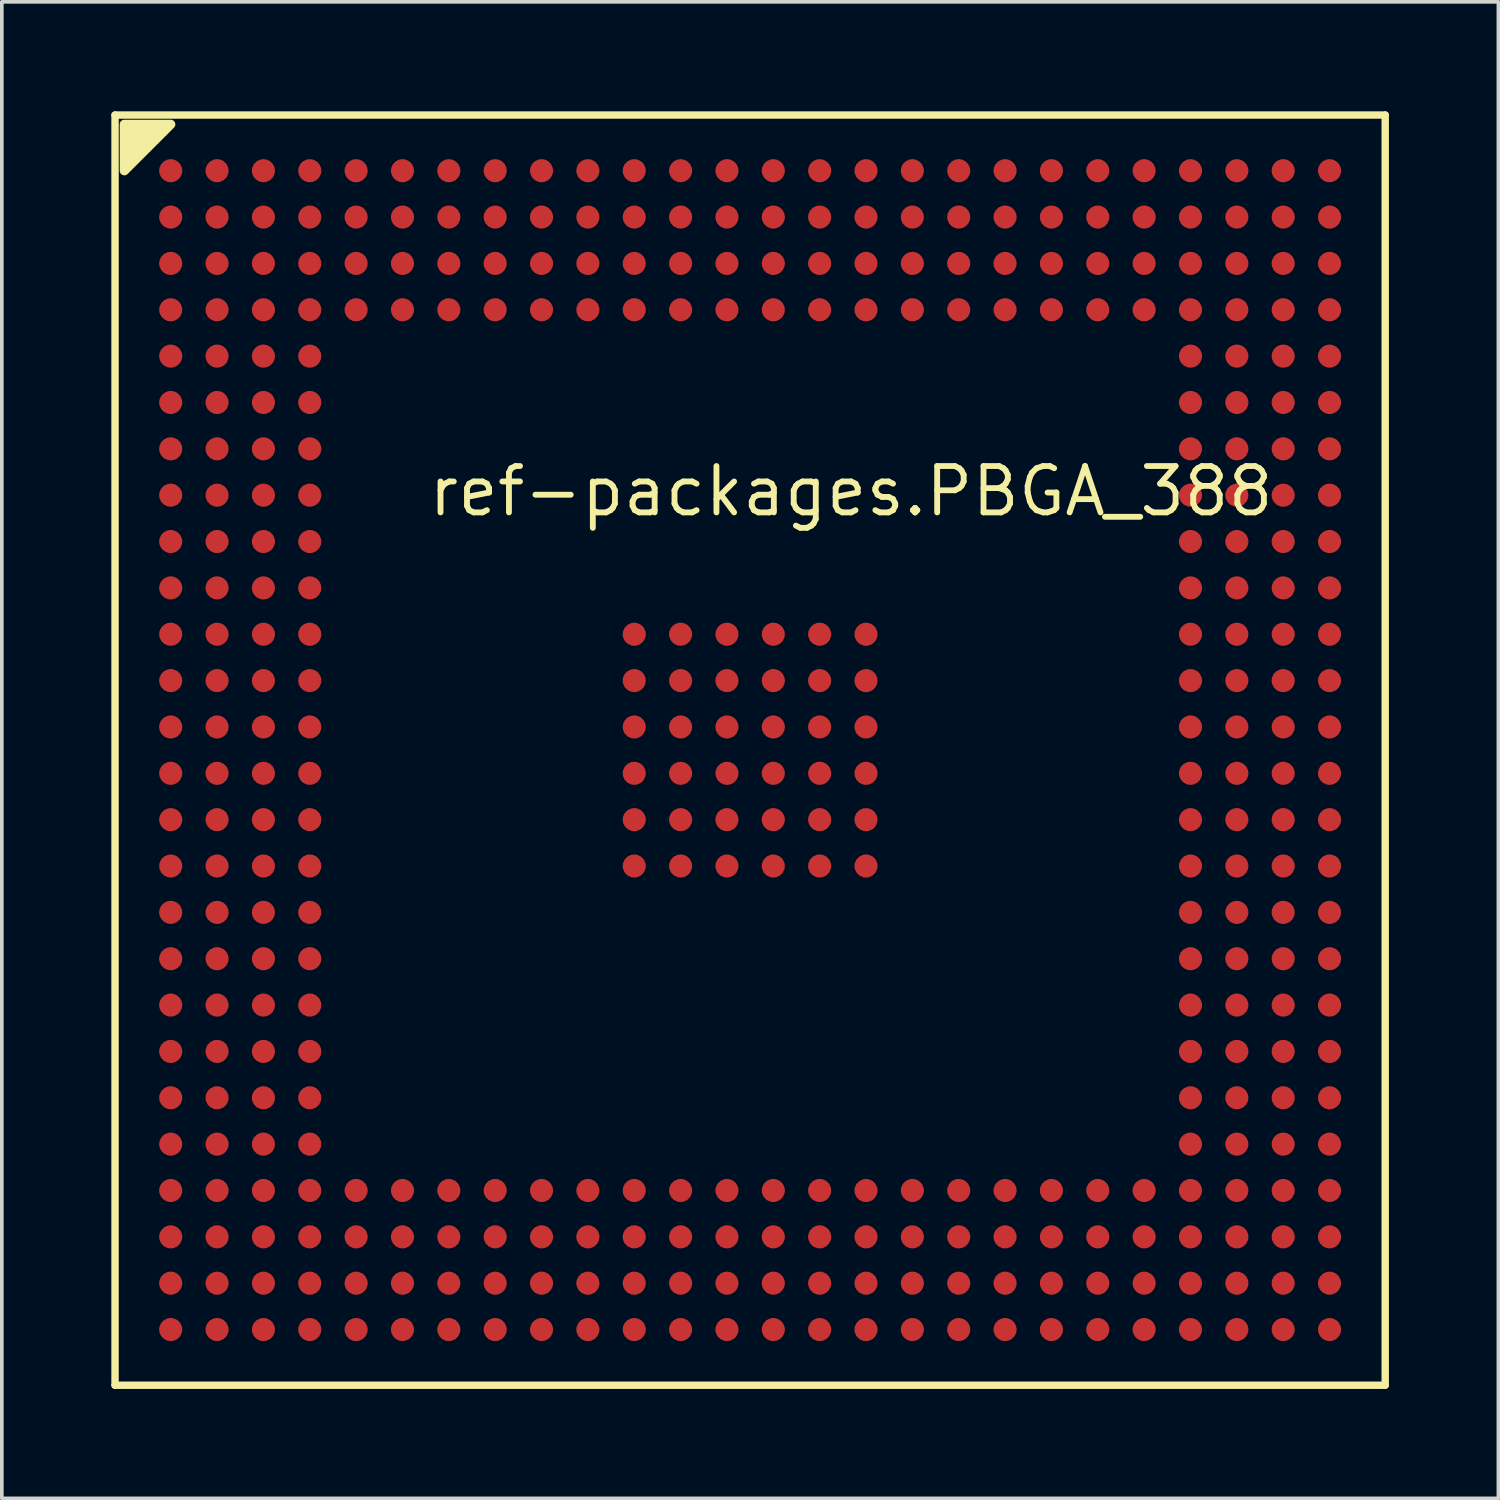
<source format=kicad_pcb>
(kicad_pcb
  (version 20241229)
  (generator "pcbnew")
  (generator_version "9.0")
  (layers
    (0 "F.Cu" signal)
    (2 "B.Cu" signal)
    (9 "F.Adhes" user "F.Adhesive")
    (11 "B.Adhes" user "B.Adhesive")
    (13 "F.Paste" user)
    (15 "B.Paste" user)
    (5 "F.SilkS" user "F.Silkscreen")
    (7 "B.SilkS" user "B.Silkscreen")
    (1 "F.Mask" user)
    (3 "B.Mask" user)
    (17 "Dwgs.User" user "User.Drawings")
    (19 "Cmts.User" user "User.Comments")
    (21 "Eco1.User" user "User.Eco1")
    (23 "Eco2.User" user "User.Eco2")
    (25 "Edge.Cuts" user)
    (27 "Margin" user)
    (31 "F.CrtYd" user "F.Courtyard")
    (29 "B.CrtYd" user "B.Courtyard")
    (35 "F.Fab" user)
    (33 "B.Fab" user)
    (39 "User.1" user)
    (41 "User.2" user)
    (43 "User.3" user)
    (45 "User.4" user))
  (footprint "ref-packages.PBGA_388"
    (layer "F.Cu")
    (at 17.502 17.502)
    (property "Reference" "ref-packages.PBGA_388" (at -8.89 -6.35 0) (layer "F.SilkS") (effects (font (size 1.27 1.27) (thickness 0.16)) (justify left bottom)))
    (attr smd)
    (fp_line (start -17.4 -17.4) (end -17.4 17.4) (stroke (width 0.203) (type default)) (layer "F.SilkS"))
    (fp_line (start -17.4 17.4) (end 17.4 17.4) (stroke (width 0.203) (type default)) (layer "F.SilkS"))
    (fp_line (start 17.4 -17.4) (end -17.4 -17.4) (stroke (width 0.203) (type default)) (layer "F.SilkS"))
    (fp_line (start 17.4 17.4) (end 17.4 -17.4) (stroke (width 0.203) (type default)) (layer "F.SilkS"))
    (fp_poly (pts (xy -17.145 -17.145) (xy -17.145 -15.875) (xy -15.875 -17.145)) (stroke (width 0.254) (type default)) (fill yes) (layer "F.SilkS"))
    (pad "A1" smd roundrect (at -15.875 -15.875) (size 0.635 0.635) (layers "F.Cu" "F.Mask" "F.Paste") (roundrect_rratio 0.5))
    (pad "A2" smd roundrect (at -14.605 -15.875) (size 0.635 0.635) (layers "F.Cu" "F.Mask" "F.Paste") (roundrect_rratio 0.5))
    (pad "A3" smd roundrect (at -13.335 -15.875) (size 0.635 0.635) (layers "F.Cu" "F.Mask" "F.Paste") (roundrect_rratio 0.5))
    (pad "A4" smd roundrect (at -12.065 -15.875) (size 0.635 0.635) (layers "F.Cu" "F.Mask" "F.Paste") (roundrect_rratio 0.5))
    (pad "A5" smd roundrect (at -10.795 -15.875) (size 0.635 0.635) (layers "F.Cu" "F.Mask" "F.Paste") (roundrect_rratio 0.5))
    (pad "A6" smd roundrect (at -9.525 -15.875) (size 0.635 0.635) (layers "F.Cu" "F.Mask" "F.Paste") (roundrect_rratio 0.5))
    (pad "A7" smd roundrect (at -8.255 -15.875) (size 0.635 0.635) (layers "F.Cu" "F.Mask" "F.Paste") (roundrect_rratio 0.5))
    (pad "A8" smd roundrect (at -6.985 -15.875) (size 0.635 0.635) (layers "F.Cu" "F.Mask" "F.Paste") (roundrect_rratio 0.5))
    (pad "A9" smd roundrect (at -5.715 -15.875) (size 0.635 0.635) (layers "F.Cu" "F.Mask" "F.Paste") (roundrect_rratio 0.5))
    (pad "A10" smd roundrect (at -4.445 -15.875) (size 0.635 0.635) (layers "F.Cu" "F.Mask" "F.Paste") (roundrect_rratio 0.5))
    (pad "A11" smd roundrect (at -3.175 -15.875) (size 0.635 0.635) (layers "F.Cu" "F.Mask" "F.Paste") (roundrect_rratio 0.5))
    (pad "A12" smd roundrect (at -1.905 -15.875) (size 0.635 0.635) (layers "F.Cu" "F.Mask" "F.Paste") (roundrect_rratio 0.5))
    (pad "A13" smd roundrect (at -0.635 -15.875) (size 0.635 0.635) (layers "F.Cu" "F.Mask" "F.Paste") (roundrect_rratio 0.5))
    (pad "A14" smd roundrect (at 0.635 -15.875) (size 0.635 0.635) (layers "F.Cu" "F.Mask" "F.Paste") (roundrect_rratio 0.5))
    (pad "A15" smd roundrect (at 1.905 -15.875) (size 0.635 0.635) (layers "F.Cu" "F.Mask" "F.Paste") (roundrect_rratio 0.5))
    (pad "A16" smd roundrect (at 3.175 -15.875) (size 0.635 0.635) (layers "F.Cu" "F.Mask" "F.Paste") (roundrect_rratio 0.5))
    (pad "A17" smd roundrect (at 4.445 -15.875) (size 0.635 0.635) (layers "F.Cu" "F.Mask" "F.Paste") (roundrect_rratio 0.5))
    (pad "A18" smd roundrect (at 5.715 -15.875) (size 0.635 0.635) (layers "F.Cu" "F.Mask" "F.Paste") (roundrect_rratio 0.5))
    (pad "A19" smd roundrect (at 6.985 -15.875) (size 0.635 0.635) (layers "F.Cu" "F.Mask" "F.Paste") (roundrect_rratio 0.5))
    (pad "A20" smd roundrect (at 8.255 -15.875) (size 0.635 0.635) (layers "F.Cu" "F.Mask" "F.Paste") (roundrect_rratio 0.5))
    (pad "A21" smd roundrect (at 9.525 -15.875) (size 0.635 0.635) (layers "F.Cu" "F.Mask" "F.Paste") (roundrect_rratio 0.5))
    (pad "A22" smd roundrect (at 10.795 -15.875) (size 0.635 0.635) (layers "F.Cu" "F.Mask" "F.Paste") (roundrect_rratio 0.5))
    (pad "A23" smd roundrect (at 12.065 -15.875) (size 0.635 0.635) (layers "F.Cu" "F.Mask" "F.Paste") (roundrect_rratio 0.5))
    (pad "A24" smd roundrect (at 13.335 -15.875) (size 0.635 0.635) (layers "F.Cu" "F.Mask" "F.Paste") (roundrect_rratio 0.5))
    (pad "A25" smd roundrect (at 14.605 -15.875) (size 0.635 0.635) (layers "F.Cu" "F.Mask" "F.Paste") (roundrect_rratio 0.5))
    (pad "A26" smd roundrect (at 15.875 -15.875) (size 0.635 0.635) (layers "F.Cu" "F.Mask" "F.Paste") (roundrect_rratio 0.5))
    (pad "AA1" smd roundrect (at -15.875 9.525) (size 0.635 0.635) (layers "F.Cu" "F.Mask" "F.Paste") (roundrect_rratio 0.5))
    (pad "AA2" smd roundrect (at -14.605 9.525) (size 0.635 0.635) (layers "F.Cu" "F.Mask" "F.Paste") (roundrect_rratio 0.5))
    (pad "AA3" smd roundrect (at -13.335 9.525) (size 0.635 0.635) (layers "F.Cu" "F.Mask" "F.Paste") (roundrect_rratio 0.5))
    (pad "AA4" smd roundrect (at -12.065 9.525) (size 0.635 0.635) (layers "F.Cu" "F.Mask" "F.Paste") (roundrect_rratio 0.5))
    (pad "AA23" smd roundrect (at 12.065 9.525) (size 0.635 0.635) (layers "F.Cu" "F.Mask" "F.Paste") (roundrect_rratio 0.5))
    (pad "AA24" smd roundrect (at 13.335 9.525) (size 0.635 0.635) (layers "F.Cu" "F.Mask" "F.Paste") (roundrect_rratio 0.5))
    (pad "AA25" smd roundrect (at 14.605 9.525) (size 0.635 0.635) (layers "F.Cu" "F.Mask" "F.Paste") (roundrect_rratio 0.5))
    (pad "AA26" smd roundrect (at 15.875 9.525) (size 0.635 0.635) (layers "F.Cu" "F.Mask" "F.Paste") (roundrect_rratio 0.5))
    (pad "AB1" smd roundrect (at -15.875 10.795) (size 0.635 0.635) (layers "F.Cu" "F.Mask" "F.Paste") (roundrect_rratio 0.5))
    (pad "AB2" smd roundrect (at -14.605 10.795) (size 0.635 0.635) (layers "F.Cu" "F.Mask" "F.Paste") (roundrect_rratio 0.5))
    (pad "AB3" smd roundrect (at -13.335 10.795) (size 0.635 0.635) (layers "F.Cu" "F.Mask" "F.Paste") (roundrect_rratio 0.5))
    (pad "AB4" smd roundrect (at -12.065 10.795) (size 0.635 0.635) (layers "F.Cu" "F.Mask" "F.Paste") (roundrect_rratio 0.5))
    (pad "AB23" smd roundrect (at 12.065 10.795) (size 0.635 0.635) (layers "F.Cu" "F.Mask" "F.Paste") (roundrect_rratio 0.5))
    (pad "AB24" smd roundrect (at 13.335 10.795) (size 0.635 0.635) (layers "F.Cu" "F.Mask" "F.Paste") (roundrect_rratio 0.5))
    (pad "AB25" smd roundrect (at 14.605 10.795) (size 0.635 0.635) (layers "F.Cu" "F.Mask" "F.Paste") (roundrect_rratio 0.5))
    (pad "AB26" smd roundrect (at 15.875 10.795) (size 0.635 0.635) (layers "F.Cu" "F.Mask" "F.Paste") (roundrect_rratio 0.5))
    (pad "AC1" smd roundrect (at -15.875 12.065) (size 0.635 0.635) (layers "F.Cu" "F.Mask" "F.Paste") (roundrect_rratio 0.5))
    (pad "AC2" smd roundrect (at -14.605 12.065) (size 0.635 0.635) (layers "F.Cu" "F.Mask" "F.Paste") (roundrect_rratio 0.5))
    (pad "AC3" smd roundrect (at -13.335 12.065) (size 0.635 0.635) (layers "F.Cu" "F.Mask" "F.Paste") (roundrect_rratio 0.5))
    (pad "AC4" smd roundrect (at -12.065 12.065) (size 0.635 0.635) (layers "F.Cu" "F.Mask" "F.Paste") (roundrect_rratio 0.5))
    (pad "AC5" smd roundrect (at -10.795 12.065) (size 0.635 0.635) (layers "F.Cu" "F.Mask" "F.Paste") (roundrect_rratio 0.5))
    (pad "AC6" smd roundrect (at -9.525 12.065) (size 0.635 0.635) (layers "F.Cu" "F.Mask" "F.Paste") (roundrect_rratio 0.5))
    (pad "AC7" smd roundrect (at -8.255 12.065) (size 0.635 0.635) (layers "F.Cu" "F.Mask" "F.Paste") (roundrect_rratio 0.5))
    (pad "AC8" smd roundrect (at -6.985 12.065) (size 0.635 0.635) (layers "F.Cu" "F.Mask" "F.Paste") (roundrect_rratio 0.5))
    (pad "AC9" smd roundrect (at -5.715 12.065) (size 0.635 0.635) (layers "F.Cu" "F.Mask" "F.Paste") (roundrect_rratio 0.5))
    (pad "AC10" smd roundrect (at -4.445 12.065) (size 0.635 0.635) (layers "F.Cu" "F.Mask" "F.Paste") (roundrect_rratio 0.5))
    (pad "AC11" smd roundrect (at -3.175 12.065) (size 0.635 0.635) (layers "F.Cu" "F.Mask" "F.Paste") (roundrect_rratio 0.5))
    (pad "AC12" smd roundrect (at -1.905 12.065) (size 0.635 0.635) (layers "F.Cu" "F.Mask" "F.Paste") (roundrect_rratio 0.5))
    (pad "AC13" smd roundrect (at -0.635 12.065) (size 0.635 0.635) (layers "F.Cu" "F.Mask" "F.Paste") (roundrect_rratio 0.5))
    (pad "AC14" smd roundrect (at 0.635 12.065) (size 0.635 0.635) (layers "F.Cu" "F.Mask" "F.Paste") (roundrect_rratio 0.5))
    (pad "AC15" smd roundrect (at 1.905 12.065) (size 0.635 0.635) (layers "F.Cu" "F.Mask" "F.Paste") (roundrect_rratio 0.5))
    (pad "AC16" smd roundrect (at 3.175 12.065) (size 0.635 0.635) (layers "F.Cu" "F.Mask" "F.Paste") (roundrect_rratio 0.5))
    (pad "AC17" smd roundrect (at 4.445 12.065) (size 0.635 0.635) (layers "F.Cu" "F.Mask" "F.Paste") (roundrect_rratio 0.5))
    (pad "AC18" smd roundrect (at 5.715 12.065) (size 0.635 0.635) (layers "F.Cu" "F.Mask" "F.Paste") (roundrect_rratio 0.5))
    (pad "AC19" smd roundrect (at 6.985 12.065) (size 0.635 0.635) (layers "F.Cu" "F.Mask" "F.Paste") (roundrect_rratio 0.5))
    (pad "AC20" smd roundrect (at 8.255 12.065) (size 0.635 0.635) (layers "F.Cu" "F.Mask" "F.Paste") (roundrect_rratio 0.5))
    (pad "AC21" smd roundrect (at 9.525 12.065) (size 0.635 0.635) (layers "F.Cu" "F.Mask" "F.Paste") (roundrect_rratio 0.5))
    (pad "AC22" smd roundrect (at 10.795 12.065) (size 0.635 0.635) (layers "F.Cu" "F.Mask" "F.Paste") (roundrect_rratio 0.5))
    (pad "AC23" smd roundrect (at 12.065 12.065) (size 0.635 0.635) (layers "F.Cu" "F.Mask" "F.Paste") (roundrect_rratio 0.5))
    (pad "AC24" smd roundrect (at 13.335 12.065) (size 0.635 0.635) (layers "F.Cu" "F.Mask" "F.Paste") (roundrect_rratio 0.5))
    (pad "AC25" smd roundrect (at 14.605 12.065) (size 0.635 0.635) (layers "F.Cu" "F.Mask" "F.Paste") (roundrect_rratio 0.5))
    (pad "AC26" smd roundrect (at 15.875 12.065) (size 0.635 0.635) (layers "F.Cu" "F.Mask" "F.Paste") (roundrect_rratio 0.5))
    (pad "AD1" smd roundrect (at -15.875 13.335) (size 0.635 0.635) (layers "F.Cu" "F.Mask" "F.Paste") (roundrect_rratio 0.5))
    (pad "AD2" smd roundrect (at -14.605 13.335) (size 0.635 0.635) (layers "F.Cu" "F.Mask" "F.Paste") (roundrect_rratio 0.5))
    (pad "AD3" smd roundrect (at -13.335 13.335) (size 0.635 0.635) (layers "F.Cu" "F.Mask" "F.Paste") (roundrect_rratio 0.5))
    (pad "AD4" smd roundrect (at -12.065 13.335) (size 0.635 0.635) (layers "F.Cu" "F.Mask" "F.Paste") (roundrect_rratio 0.5))
    (pad "AD5" smd roundrect (at -10.795 13.335) (size 0.635 0.635) (layers "F.Cu" "F.Mask" "F.Paste") (roundrect_rratio 0.5))
    (pad "AD6" smd roundrect (at -9.525 13.335) (size 0.635 0.635) (layers "F.Cu" "F.Mask" "F.Paste") (roundrect_rratio 0.5))
    (pad "AD7" smd roundrect (at -8.255 13.335) (size 0.635 0.635) (layers "F.Cu" "F.Mask" "F.Paste") (roundrect_rratio 0.5))
    (pad "AD8" smd roundrect (at -6.985 13.335) (size 0.635 0.635) (layers "F.Cu" "F.Mask" "F.Paste") (roundrect_rratio 0.5))
    (pad "AD9" smd roundrect (at -5.715 13.335) (size 0.635 0.635) (layers "F.Cu" "F.Mask" "F.Paste") (roundrect_rratio 0.5))
    (pad "AD10" smd roundrect (at -4.445 13.335) (size 0.635 0.635) (layers "F.Cu" "F.Mask" "F.Paste") (roundrect_rratio 0.5))
    (pad "AD11" smd roundrect (at -3.175 13.335) (size 0.635 0.635) (layers "F.Cu" "F.Mask" "F.Paste") (roundrect_rratio 0.5))
    (pad "AD12" smd roundrect (at -1.905 13.335) (size 0.635 0.635) (layers "F.Cu" "F.Mask" "F.Paste") (roundrect_rratio 0.5))
    (pad "AD13" smd roundrect (at -0.635 13.335) (size 0.635 0.635) (layers "F.Cu" "F.Mask" "F.Paste") (roundrect_rratio 0.5))
    (pad "AD14" smd roundrect (at 0.635 13.335) (size 0.635 0.635) (layers "F.Cu" "F.Mask" "F.Paste") (roundrect_rratio 0.5))
    (pad "AD15" smd roundrect (at 1.905 13.335) (size 0.635 0.635) (layers "F.Cu" "F.Mask" "F.Paste") (roundrect_rratio 0.5))
    (pad "AD16" smd roundrect (at 3.175 13.335) (size 0.635 0.635) (layers "F.Cu" "F.Mask" "F.Paste") (roundrect_rratio 0.5))
    (pad "AD17" smd roundrect (at 4.445 13.335) (size 0.635 0.635) (layers "F.Cu" "F.Mask" "F.Paste") (roundrect_rratio 0.5))
    (pad "AD18" smd roundrect (at 5.715 13.335) (size 0.635 0.635) (layers "F.Cu" "F.Mask" "F.Paste") (roundrect_rratio 0.5))
    (pad "AD19" smd roundrect (at 6.985 13.335) (size 0.635 0.635) (layers "F.Cu" "F.Mask" "F.Paste") (roundrect_rratio 0.5))
    (pad "AD20" smd roundrect (at 8.255 13.335) (size 0.635 0.635) (layers "F.Cu" "F.Mask" "F.Paste") (roundrect_rratio 0.5))
    (pad "AD21" smd roundrect (at 9.525 13.335) (size 0.635 0.635) (layers "F.Cu" "F.Mask" "F.Paste") (roundrect_rratio 0.5))
    (pad "AD22" smd roundrect (at 10.795 13.335) (size 0.635 0.635) (layers "F.Cu" "F.Mask" "F.Paste") (roundrect_rratio 0.5))
    (pad "AD23" smd roundrect (at 12.065 13.335) (size 0.635 0.635) (layers "F.Cu" "F.Mask" "F.Paste") (roundrect_rratio 0.5))
    (pad "AD24" smd roundrect (at 13.335 13.335) (size 0.635 0.635) (layers "F.Cu" "F.Mask" "F.Paste") (roundrect_rratio 0.5))
    (pad "AD25" smd roundrect (at 14.605 13.335) (size 0.635 0.635) (layers "F.Cu" "F.Mask" "F.Paste") (roundrect_rratio 0.5))
    (pad "AD26" smd roundrect (at 15.875 13.335) (size 0.635 0.635) (layers "F.Cu" "F.Mask" "F.Paste") (roundrect_rratio 0.5))
    (pad "AE1" smd roundrect (at -15.875 14.605) (size 0.635 0.635) (layers "F.Cu" "F.Mask" "F.Paste") (roundrect_rratio 0.5))
    (pad "AE2" smd roundrect (at -14.605 14.605) (size 0.635 0.635) (layers "F.Cu" "F.Mask" "F.Paste") (roundrect_rratio 0.5))
    (pad "AE3" smd roundrect (at -13.335 14.605) (size 0.635 0.635) (layers "F.Cu" "F.Mask" "F.Paste") (roundrect_rratio 0.5))
    (pad "AE4" smd roundrect (at -12.065 14.605) (size 0.635 0.635) (layers "F.Cu" "F.Mask" "F.Paste") (roundrect_rratio 0.5))
    (pad "AE5" smd roundrect (at -10.795 14.605) (size 0.635 0.635) (layers "F.Cu" "F.Mask" "F.Paste") (roundrect_rratio 0.5))
    (pad "AE6" smd roundrect (at -9.525 14.605) (size 0.635 0.635) (layers "F.Cu" "F.Mask" "F.Paste") (roundrect_rratio 0.5))
    (pad "AE7" smd roundrect (at -8.255 14.605) (size 0.635 0.635) (layers "F.Cu" "F.Mask" "F.Paste") (roundrect_rratio 0.5))
    (pad "AE8" smd roundrect (at -6.985 14.605) (size 0.635 0.635) (layers "F.Cu" "F.Mask" "F.Paste") (roundrect_rratio 0.5))
    (pad "AE9" smd roundrect (at -5.715 14.605) (size 0.635 0.635) (layers "F.Cu" "F.Mask" "F.Paste") (roundrect_rratio 0.5))
    (pad "AE10" smd roundrect (at -4.445 14.605) (size 0.635 0.635) (layers "F.Cu" "F.Mask" "F.Paste") (roundrect_rratio 0.5))
    (pad "AE11" smd roundrect (at -3.175 14.605) (size 0.635 0.635) (layers "F.Cu" "F.Mask" "F.Paste") (roundrect_rratio 0.5))
    (pad "AE12" smd roundrect (at -1.905 14.605) (size 0.635 0.635) (layers "F.Cu" "F.Mask" "F.Paste") (roundrect_rratio 0.5))
    (pad "AE13" smd roundrect (at -0.635 14.605) (size 0.635 0.635) (layers "F.Cu" "F.Mask" "F.Paste") (roundrect_rratio 0.5))
    (pad "AE14" smd roundrect (at 0.635 14.605) (size 0.635 0.635) (layers "F.Cu" "F.Mask" "F.Paste") (roundrect_rratio 0.5))
    (pad "AE15" smd roundrect (at 1.905 14.605) (size 0.635 0.635) (layers "F.Cu" "F.Mask" "F.Paste") (roundrect_rratio 0.5))
    (pad "AE16" smd roundrect (at 3.175 14.605) (size 0.635 0.635) (layers "F.Cu" "F.Mask" "F.Paste") (roundrect_rratio 0.5))
    (pad "AE17" smd roundrect (at 4.445 14.605) (size 0.635 0.635) (layers "F.Cu" "F.Mask" "F.Paste") (roundrect_rratio 0.5))
    (pad "AE18" smd roundrect (at 5.715 14.605) (size 0.635 0.635) (layers "F.Cu" "F.Mask" "F.Paste") (roundrect_rratio 0.5))
    (pad "AE19" smd roundrect (at 6.985 14.605) (size 0.635 0.635) (layers "F.Cu" "F.Mask" "F.Paste") (roundrect_rratio 0.5))
    (pad "AE20" smd roundrect (at 8.255 14.605) (size 0.635 0.635) (layers "F.Cu" "F.Mask" "F.Paste") (roundrect_rratio 0.5))
    (pad "AE21" smd roundrect (at 9.525 14.605) (size 0.635 0.635) (layers "F.Cu" "F.Mask" "F.Paste") (roundrect_rratio 0.5))
    (pad "AE22" smd roundrect (at 10.795 14.605) (size 0.635 0.635) (layers "F.Cu" "F.Mask" "F.Paste") (roundrect_rratio 0.5))
    (pad "AE23" smd roundrect (at 12.065 14.605) (size 0.635 0.635) (layers "F.Cu" "F.Mask" "F.Paste") (roundrect_rratio 0.5))
    (pad "AE24" smd roundrect (at 13.335 14.605) (size 0.635 0.635) (layers "F.Cu" "F.Mask" "F.Paste") (roundrect_rratio 0.5))
    (pad "AE25" smd roundrect (at 14.605 14.605) (size 0.635 0.635) (layers "F.Cu" "F.Mask" "F.Paste") (roundrect_rratio 0.5))
    (pad "AE26" smd roundrect (at 15.875 14.605) (size 0.635 0.635) (layers "F.Cu" "F.Mask" "F.Paste") (roundrect_rratio 0.5))
    (pad "AF1" smd roundrect (at -15.875 15.875) (size 0.635 0.635) (layers "F.Cu" "F.Mask" "F.Paste") (roundrect_rratio 0.5))
    (pad "AF2" smd roundrect (at -14.605 15.875) (size 0.635 0.635) (layers "F.Cu" "F.Mask" "F.Paste") (roundrect_rratio 0.5))
    (pad "AF3" smd roundrect (at -13.335 15.875) (size 0.635 0.635) (layers "F.Cu" "F.Mask" "F.Paste") (roundrect_rratio 0.5))
    (pad "AF4" smd roundrect (at -12.065 15.875) (size 0.635 0.635) (layers "F.Cu" "F.Mask" "F.Paste") (roundrect_rratio 0.5))
    (pad "AF5" smd roundrect (at -10.795 15.875) (size 0.635 0.635) (layers "F.Cu" "F.Mask" "F.Paste") (roundrect_rratio 0.5))
    (pad "AF6" smd roundrect (at -9.525 15.875) (size 0.635 0.635) (layers "F.Cu" "F.Mask" "F.Paste") (roundrect_rratio 0.5))
    (pad "AF7" smd roundrect (at -8.255 15.875) (size 0.635 0.635) (layers "F.Cu" "F.Mask" "F.Paste") (roundrect_rratio 0.5))
    (pad "AF8" smd roundrect (at -6.985 15.875) (size 0.635 0.635) (layers "F.Cu" "F.Mask" "F.Paste") (roundrect_rratio 0.5))
    (pad "AF9" smd roundrect (at -5.715 15.875) (size 0.635 0.635) (layers "F.Cu" "F.Mask" "F.Paste") (roundrect_rratio 0.5))
    (pad "AF10" smd roundrect (at -4.445 15.875) (size 0.635 0.635) (layers "F.Cu" "F.Mask" "F.Paste") (roundrect_rratio 0.5))
    (pad "AF11" smd roundrect (at -3.175 15.875) (size 0.635 0.635) (layers "F.Cu" "F.Mask" "F.Paste") (roundrect_rratio 0.5))
    (pad "AF12" smd roundrect (at -1.905 15.875) (size 0.635 0.635) (layers "F.Cu" "F.Mask" "F.Paste") (roundrect_rratio 0.5))
    (pad "AF13" smd roundrect (at -0.635 15.875) (size 0.635 0.635) (layers "F.Cu" "F.Mask" "F.Paste") (roundrect_rratio 0.5))
    (pad "AF14" smd roundrect (at 0.635 15.875) (size 0.635 0.635) (layers "F.Cu" "F.Mask" "F.Paste") (roundrect_rratio 0.5))
    (pad "AF15" smd roundrect (at 1.905 15.875) (size 0.635 0.635) (layers "F.Cu" "F.Mask" "F.Paste") (roundrect_rratio 0.5))
    (pad "AF16" smd roundrect (at 3.175 15.875) (size 0.635 0.635) (layers "F.Cu" "F.Mask" "F.Paste") (roundrect_rratio 0.5))
    (pad "AF17" smd roundrect (at 4.445 15.875) (size 0.635 0.635) (layers "F.Cu" "F.Mask" "F.Paste") (roundrect_rratio 0.5))
    (pad "AF18" smd roundrect (at 5.715 15.875) (size 0.635 0.635) (layers "F.Cu" "F.Mask" "F.Paste") (roundrect_rratio 0.5))
    (pad "AF19" smd roundrect (at 6.985 15.875) (size 0.635 0.635) (layers "F.Cu" "F.Mask" "F.Paste") (roundrect_rratio 0.5))
    (pad "AF20" smd roundrect (at 8.255 15.875) (size 0.635 0.635) (layers "F.Cu" "F.Mask" "F.Paste") (roundrect_rratio 0.5))
    (pad "AF21" smd roundrect (at 9.525 15.875) (size 0.635 0.635) (layers "F.Cu" "F.Mask" "F.Paste") (roundrect_rratio 0.5))
    (pad "AF22" smd roundrect (at 10.795 15.875) (size 0.635 0.635) (layers "F.Cu" "F.Mask" "F.Paste") (roundrect_rratio 0.5))
    (pad "AF23" smd roundrect (at 12.065 15.875) (size 0.635 0.635) (layers "F.Cu" "F.Mask" "F.Paste") (roundrect_rratio 0.5))
    (pad "AF24" smd roundrect (at 13.335 15.875) (size 0.635 0.635) (layers "F.Cu" "F.Mask" "F.Paste") (roundrect_rratio 0.5))
    (pad "AF25" smd roundrect (at 14.605 15.875) (size 0.635 0.635) (layers "F.Cu" "F.Mask" "F.Paste") (roundrect_rratio 0.5))
    (pad "AF26" smd roundrect (at 15.875 15.875) (size 0.635 0.635) (layers "F.Cu" "F.Mask" "F.Paste") (roundrect_rratio 0.5))
    (pad "B1" smd roundrect (at -15.875 -14.605) (size 0.635 0.635) (layers "F.Cu" "F.Mask" "F.Paste") (roundrect_rratio 0.5))
    (pad "B2" smd roundrect (at -14.605 -14.605) (size 0.635 0.635) (layers "F.Cu" "F.Mask" "F.Paste") (roundrect_rratio 0.5))
    (pad "B3" smd roundrect (at -13.335 -14.605) (size 0.635 0.635) (layers "F.Cu" "F.Mask" "F.Paste") (roundrect_rratio 0.5))
    (pad "B4" smd roundrect (at -12.065 -14.605) (size 0.635 0.635) (layers "F.Cu" "F.Mask" "F.Paste") (roundrect_rratio 0.5))
    (pad "B5" smd roundrect (at -10.795 -14.605) (size 0.635 0.635) (layers "F.Cu" "F.Mask" "F.Paste") (roundrect_rratio 0.5))
    (pad "B6" smd roundrect (at -9.525 -14.605) (size 0.635 0.635) (layers "F.Cu" "F.Mask" "F.Paste") (roundrect_rratio 0.5))
    (pad "B7" smd roundrect (at -8.255 -14.605) (size 0.635 0.635) (layers "F.Cu" "F.Mask" "F.Paste") (roundrect_rratio 0.5))
    (pad "B8" smd roundrect (at -6.985 -14.605) (size 0.635 0.635) (layers "F.Cu" "F.Mask" "F.Paste") (roundrect_rratio 0.5))
    (pad "B9" smd roundrect (at -5.715 -14.605) (size 0.635 0.635) (layers "F.Cu" "F.Mask" "F.Paste") (roundrect_rratio 0.5))
    (pad "B10" smd roundrect (at -4.445 -14.605) (size 0.635 0.635) (layers "F.Cu" "F.Mask" "F.Paste") (roundrect_rratio 0.5))
    (pad "B11" smd roundrect (at -3.175 -14.605) (size 0.635 0.635) (layers "F.Cu" "F.Mask" "F.Paste") (roundrect_rratio 0.5))
    (pad "B12" smd roundrect (at -1.905 -14.605) (size 0.635 0.635) (layers "F.Cu" "F.Mask" "F.Paste") (roundrect_rratio 0.5))
    (pad "B13" smd roundrect (at -0.635 -14.605) (size 0.635 0.635) (layers "F.Cu" "F.Mask" "F.Paste") (roundrect_rratio 0.5))
    (pad "B14" smd roundrect (at 0.635 -14.605) (size 0.635 0.635) (layers "F.Cu" "F.Mask" "F.Paste") (roundrect_rratio 0.5))
    (pad "B15" smd roundrect (at 1.905 -14.605) (size 0.635 0.635) (layers "F.Cu" "F.Mask" "F.Paste") (roundrect_rratio 0.5))
    (pad "B16" smd roundrect (at 3.175 -14.605) (size 0.635 0.635) (layers "F.Cu" "F.Mask" "F.Paste") (roundrect_rratio 0.5))
    (pad "B17" smd roundrect (at 4.445 -14.605) (size 0.635 0.635) (layers "F.Cu" "F.Mask" "F.Paste") (roundrect_rratio 0.5))
    (pad "B18" smd roundrect (at 5.715 -14.605) (size 0.635 0.635) (layers "F.Cu" "F.Mask" "F.Paste") (roundrect_rratio 0.5))
    (pad "B19" smd roundrect (at 6.985 -14.605) (size 0.635 0.635) (layers "F.Cu" "F.Mask" "F.Paste") (roundrect_rratio 0.5))
    (pad "B20" smd roundrect (at 8.255 -14.605) (size 0.635 0.635) (layers "F.Cu" "F.Mask" "F.Paste") (roundrect_rratio 0.5))
    (pad "B21" smd roundrect (at 9.525 -14.605) (size 0.635 0.635) (layers "F.Cu" "F.Mask" "F.Paste") (roundrect_rratio 0.5))
    (pad "B22" smd roundrect (at 10.795 -14.605) (size 0.635 0.635) (layers "F.Cu" "F.Mask" "F.Paste") (roundrect_rratio 0.5))
    (pad "B23" smd roundrect (at 12.065 -14.605) (size 0.635 0.635) (layers "F.Cu" "F.Mask" "F.Paste") (roundrect_rratio 0.5))
    (pad "B24" smd roundrect (at 13.335 -14.605) (size 0.635 0.635) (layers "F.Cu" "F.Mask" "F.Paste") (roundrect_rratio 0.5))
    (pad "B25" smd roundrect (at 14.605 -14.605) (size 0.635 0.635) (layers "F.Cu" "F.Mask" "F.Paste") (roundrect_rratio 0.5))
    (pad "B26" smd roundrect (at 15.875 -14.605) (size 0.635 0.635) (layers "F.Cu" "F.Mask" "F.Paste") (roundrect_rratio 0.5))
    (pad "C1" smd roundrect (at -15.875 -13.335) (size 0.635 0.635) (layers "F.Cu" "F.Mask" "F.Paste") (roundrect_rratio 0.5))
    (pad "C2" smd roundrect (at -14.605 -13.335) (size 0.635 0.635) (layers "F.Cu" "F.Mask" "F.Paste") (roundrect_rratio 0.5))
    (pad "C3" smd roundrect (at -13.335 -13.335) (size 0.635 0.635) (layers "F.Cu" "F.Mask" "F.Paste") (roundrect_rratio 0.5))
    (pad "C4" smd roundrect (at -12.065 -13.335) (size 0.635 0.635) (layers "F.Cu" "F.Mask" "F.Paste") (roundrect_rratio 0.5))
    (pad "C5" smd roundrect (at -10.795 -13.335) (size 0.635 0.635) (layers "F.Cu" "F.Mask" "F.Paste") (roundrect_rratio 0.5))
    (pad "C6" smd roundrect (at -9.525 -13.335) (size 0.635 0.635) (layers "F.Cu" "F.Mask" "F.Paste") (roundrect_rratio 0.5))
    (pad "C7" smd roundrect (at -8.255 -13.335) (size 0.635 0.635) (layers "F.Cu" "F.Mask" "F.Paste") (roundrect_rratio 0.5))
    (pad "C8" smd roundrect (at -6.985 -13.335) (size 0.635 0.635) (layers "F.Cu" "F.Mask" "F.Paste") (roundrect_rratio 0.5))
    (pad "C9" smd roundrect (at -5.715 -13.335) (size 0.635 0.635) (layers "F.Cu" "F.Mask" "F.Paste") (roundrect_rratio 0.5))
    (pad "C10" smd roundrect (at -4.445 -13.335) (size 0.635 0.635) (layers "F.Cu" "F.Mask" "F.Paste") (roundrect_rratio 0.5))
    (pad "C11" smd roundrect (at -3.175 -13.335) (size 0.635 0.635) (layers "F.Cu" "F.Mask" "F.Paste") (roundrect_rratio 0.5))
    (pad "C12" smd roundrect (at -1.905 -13.335) (size 0.635 0.635) (layers "F.Cu" "F.Mask" "F.Paste") (roundrect_rratio 0.5))
    (pad "C13" smd roundrect (at -0.635 -13.335) (size 0.635 0.635) (layers "F.Cu" "F.Mask" "F.Paste") (roundrect_rratio 0.5))
    (pad "C14" smd roundrect (at 0.635 -13.335) (size 0.635 0.635) (layers "F.Cu" "F.Mask" "F.Paste") (roundrect_rratio 0.5))
    (pad "C15" smd roundrect (at 1.905 -13.335) (size 0.635 0.635) (layers "F.Cu" "F.Mask" "F.Paste") (roundrect_rratio 0.5))
    (pad "C16" smd roundrect (at 3.175 -13.335) (size 0.635 0.635) (layers "F.Cu" "F.Mask" "F.Paste") (roundrect_rratio 0.5))
    (pad "C17" smd roundrect (at 4.445 -13.335) (size 0.635 0.635) (layers "F.Cu" "F.Mask" "F.Paste") (roundrect_rratio 0.5))
    (pad "C18" smd roundrect (at 5.715 -13.335) (size 0.635 0.635) (layers "F.Cu" "F.Mask" "F.Paste") (roundrect_rratio 0.5))
    (pad "C19" smd roundrect (at 6.985 -13.335) (size 0.635 0.635) (layers "F.Cu" "F.Mask" "F.Paste") (roundrect_rratio 0.5))
    (pad "C20" smd roundrect (at 8.255 -13.335) (size 0.635 0.635) (layers "F.Cu" "F.Mask" "F.Paste") (roundrect_rratio 0.5))
    (pad "C21" smd roundrect (at 9.525 -13.335) (size 0.635 0.635) (layers "F.Cu" "F.Mask" "F.Paste") (roundrect_rratio 0.5))
    (pad "C22" smd roundrect (at 10.795 -13.335) (size 0.635 0.635) (layers "F.Cu" "F.Mask" "F.Paste") (roundrect_rratio 0.5))
    (pad "C23" smd roundrect (at 12.065 -13.335) (size 0.635 0.635) (layers "F.Cu" "F.Mask" "F.Paste") (roundrect_rratio 0.5))
    (pad "C24" smd roundrect (at 13.335 -13.335) (size 0.635 0.635) (layers "F.Cu" "F.Mask" "F.Paste") (roundrect_rratio 0.5))
    (pad "C25" smd roundrect (at 14.605 -13.335) (size 0.635 0.635) (layers "F.Cu" "F.Mask" "F.Paste") (roundrect_rratio 0.5))
    (pad "C26" smd roundrect (at 15.875 -13.335) (size 0.635 0.635) (layers "F.Cu" "F.Mask" "F.Paste") (roundrect_rratio 0.5))
    (pad "D1" smd roundrect (at -15.875 -12.065) (size 0.635 0.635) (layers "F.Cu" "F.Mask" "F.Paste") (roundrect_rratio 0.5))
    (pad "D2" smd roundrect (at -14.605 -12.065) (size 0.635 0.635) (layers "F.Cu" "F.Mask" "F.Paste") (roundrect_rratio 0.5))
    (pad "D3" smd roundrect (at -13.335 -12.065) (size 0.635 0.635) (layers "F.Cu" "F.Mask" "F.Paste") (roundrect_rratio 0.5))
    (pad "D4" smd roundrect (at -12.065 -12.065) (size 0.635 0.635) (layers "F.Cu" "F.Mask" "F.Paste") (roundrect_rratio 0.5))
    (pad "D5" smd roundrect (at -10.795 -12.065) (size 0.635 0.635) (layers "F.Cu" "F.Mask" "F.Paste") (roundrect_rratio 0.5))
    (pad "D6" smd roundrect (at -9.525 -12.065) (size 0.635 0.635) (layers "F.Cu" "F.Mask" "F.Paste") (roundrect_rratio 0.5))
    (pad "D7" smd roundrect (at -8.255 -12.065) (size 0.635 0.635) (layers "F.Cu" "F.Mask" "F.Paste") (roundrect_rratio 0.5))
    (pad "D8" smd roundrect (at -6.985 -12.065) (size 0.635 0.635) (layers "F.Cu" "F.Mask" "F.Paste") (roundrect_rratio 0.5))
    (pad "D9" smd roundrect (at -5.715 -12.065) (size 0.635 0.635) (layers "F.Cu" "F.Mask" "F.Paste") (roundrect_rratio 0.5))
    (pad "D10" smd roundrect (at -4.445 -12.065) (size 0.635 0.635) (layers "F.Cu" "F.Mask" "F.Paste") (roundrect_rratio 0.5))
    (pad "D11" smd roundrect (at -3.175 -12.065) (size 0.635 0.635) (layers "F.Cu" "F.Mask" "F.Paste") (roundrect_rratio 0.5))
    (pad "D12" smd roundrect (at -1.905 -12.065) (size 0.635 0.635) (layers "F.Cu" "F.Mask" "F.Paste") (roundrect_rratio 0.5))
    (pad "D13" smd roundrect (at -0.635 -12.065) (size 0.635 0.635) (layers "F.Cu" "F.Mask" "F.Paste") (roundrect_rratio 0.5))
    (pad "D14" smd roundrect (at 0.635 -12.065) (size 0.635 0.635) (layers "F.Cu" "F.Mask" "F.Paste") (roundrect_rratio 0.5))
    (pad "D15" smd roundrect (at 1.905 -12.065) (size 0.635 0.635) (layers "F.Cu" "F.Mask" "F.Paste") (roundrect_rratio 0.5))
    (pad "D16" smd roundrect (at 3.175 -12.065) (size 0.635 0.635) (layers "F.Cu" "F.Mask" "F.Paste") (roundrect_rratio 0.5))
    (pad "D17" smd roundrect (at 4.445 -12.065) (size 0.635 0.635) (layers "F.Cu" "F.Mask" "F.Paste") (roundrect_rratio 0.5))
    (pad "D18" smd roundrect (at 5.715 -12.065) (size 0.635 0.635) (layers "F.Cu" "F.Mask" "F.Paste") (roundrect_rratio 0.5))
    (pad "D19" smd roundrect (at 6.985 -12.065) (size 0.635 0.635) (layers "F.Cu" "F.Mask" "F.Paste") (roundrect_rratio 0.5))
    (pad "D20" smd roundrect (at 8.255 -12.065) (size 0.635 0.635) (layers "F.Cu" "F.Mask" "F.Paste") (roundrect_rratio 0.5))
    (pad "D21" smd roundrect (at 9.525 -12.065) (size 0.635 0.635) (layers "F.Cu" "F.Mask" "F.Paste") (roundrect_rratio 0.5))
    (pad "D22" smd roundrect (at 10.795 -12.065) (size 0.635 0.635) (layers "F.Cu" "F.Mask" "F.Paste") (roundrect_rratio 0.5))
    (pad "D23" smd roundrect (at 12.065 -12.065) (size 0.635 0.635) (layers "F.Cu" "F.Mask" "F.Paste") (roundrect_rratio 0.5))
    (pad "D24" smd roundrect (at 13.335 -12.065) (size 0.635 0.635) (layers "F.Cu" "F.Mask" "F.Paste") (roundrect_rratio 0.5))
    (pad "D25" smd roundrect (at 14.605 -12.065) (size 0.635 0.635) (layers "F.Cu" "F.Mask" "F.Paste") (roundrect_rratio 0.5))
    (pad "D26" smd roundrect (at 15.875 -12.065) (size 0.635 0.635) (layers "F.Cu" "F.Mask" "F.Paste") (roundrect_rratio 0.5))
    (pad "E1" smd roundrect (at -15.875 -10.795) (size 0.635 0.635) (layers "F.Cu" "F.Mask" "F.Paste") (roundrect_rratio 0.5))
    (pad "E2" smd roundrect (at -14.605 -10.795) (size 0.635 0.635) (layers "F.Cu" "F.Mask" "F.Paste") (roundrect_rratio 0.5))
    (pad "E3" smd roundrect (at -13.335 -10.795) (size 0.635 0.635) (layers "F.Cu" "F.Mask" "F.Paste") (roundrect_rratio 0.5))
    (pad "E4" smd roundrect (at -12.065 -10.795) (size 0.635 0.635) (layers "F.Cu" "F.Mask" "F.Paste") (roundrect_rratio 0.5))
    (pad "E23" smd roundrect (at 12.065 -10.795) (size 0.635 0.635) (layers "F.Cu" "F.Mask" "F.Paste") (roundrect_rratio 0.5))
    (pad "E24" smd roundrect (at 13.335 -10.795) (size 0.635 0.635) (layers "F.Cu" "F.Mask" "F.Paste") (roundrect_rratio 0.5))
    (pad "E25" smd roundrect (at 14.605 -10.795) (size 0.635 0.635) (layers "F.Cu" "F.Mask" "F.Paste") (roundrect_rratio 0.5))
    (pad "E26" smd roundrect (at 15.875 -10.795) (size 0.635 0.635) (layers "F.Cu" "F.Mask" "F.Paste") (roundrect_rratio 0.5))
    (pad "F1" smd roundrect (at -15.875 -9.525) (size 0.635 0.635) (layers "F.Cu" "F.Mask" "F.Paste") (roundrect_rratio 0.5))
    (pad "F2" smd roundrect (at -14.605 -9.525) (size 0.635 0.635) (layers "F.Cu" "F.Mask" "F.Paste") (roundrect_rratio 0.5))
    (pad "F3" smd roundrect (at -13.335 -9.525) (size 0.635 0.635) (layers "F.Cu" "F.Mask" "F.Paste") (roundrect_rratio 0.5))
    (pad "F4" smd roundrect (at -12.065 -9.525) (size 0.635 0.635) (layers "F.Cu" "F.Mask" "F.Paste") (roundrect_rratio 0.5))
    (pad "F23" smd roundrect (at 12.065 -9.525) (size 0.635 0.635) (layers "F.Cu" "F.Mask" "F.Paste") (roundrect_rratio 0.5))
    (pad "F24" smd roundrect (at 13.335 -9.525) (size 0.635 0.635) (layers "F.Cu" "F.Mask" "F.Paste") (roundrect_rratio 0.5))
    (pad "F25" smd roundrect (at 14.605 -9.525) (size 0.635 0.635) (layers "F.Cu" "F.Mask" "F.Paste") (roundrect_rratio 0.5))
    (pad "F26" smd roundrect (at 15.875 -9.525) (size 0.635 0.635) (layers "F.Cu" "F.Mask" "F.Paste") (roundrect_rratio 0.5))
    (pad "G1" smd roundrect (at -15.875 -8.255) (size 0.635 0.635) (layers "F.Cu" "F.Mask" "F.Paste") (roundrect_rratio 0.5))
    (pad "G2" smd roundrect (at -14.605 -8.255) (size 0.635 0.635) (layers "F.Cu" "F.Mask" "F.Paste") (roundrect_rratio 0.5))
    (pad "G3" smd roundrect (at -13.335 -8.255) (size 0.635 0.635) (layers "F.Cu" "F.Mask" "F.Paste") (roundrect_rratio 0.5))
    (pad "G4" smd roundrect (at -12.065 -8.255) (size 0.635 0.635) (layers "F.Cu" "F.Mask" "F.Paste") (roundrect_rratio 0.5))
    (pad "G23" smd roundrect (at 12.065 -8.255) (size 0.635 0.635) (layers "F.Cu" "F.Mask" "F.Paste") (roundrect_rratio 0.5))
    (pad "G24" smd roundrect (at 13.335 -8.255) (size 0.635 0.635) (layers "F.Cu" "F.Mask" "F.Paste") (roundrect_rratio 0.5))
    (pad "G25" smd roundrect (at 14.605 -8.255) (size 0.635 0.635) (layers "F.Cu" "F.Mask" "F.Paste") (roundrect_rratio 0.5))
    (pad "G26" smd roundrect (at 15.875 -8.255) (size 0.635 0.635) (layers "F.Cu" "F.Mask" "F.Paste") (roundrect_rratio 0.5))
    (pad "H1" smd roundrect (at -15.875 -6.985) (size 0.635 0.635) (layers "F.Cu" "F.Mask" "F.Paste") (roundrect_rratio 0.5))
    (pad "H2" smd roundrect (at -14.605 -6.985) (size 0.635 0.635) (layers "F.Cu" "F.Mask" "F.Paste") (roundrect_rratio 0.5))
    (pad "H3" smd roundrect (at -13.335 -6.985) (size 0.635 0.635) (layers "F.Cu" "F.Mask" "F.Paste") (roundrect_rratio 0.5))
    (pad "H4" smd roundrect (at -12.065 -6.985) (size 0.635 0.635) (layers "F.Cu" "F.Mask" "F.Paste") (roundrect_rratio 0.5))
    (pad "H23" smd roundrect (at 12.065 -6.985) (size 0.635 0.635) (layers "F.Cu" "F.Mask" "F.Paste") (roundrect_rratio 0.5))
    (pad "H24" smd roundrect (at 13.335 -6.985) (size 0.635 0.635) (layers "F.Cu" "F.Mask" "F.Paste") (roundrect_rratio 0.5))
    (pad "H25" smd roundrect (at 14.605 -6.985) (size 0.635 0.635) (layers "F.Cu" "F.Mask" "F.Paste") (roundrect_rratio 0.5))
    (pad "H26" smd roundrect (at 15.875 -6.985) (size 0.635 0.635) (layers "F.Cu" "F.Mask" "F.Paste") (roundrect_rratio 0.5))
    (pad "J1" smd roundrect (at -15.875 -5.715) (size 0.635 0.635) (layers "F.Cu" "F.Mask" "F.Paste") (roundrect_rratio 0.5))
    (pad "J2" smd roundrect (at -14.605 -5.715) (size 0.635 0.635) (layers "F.Cu" "F.Mask" "F.Paste") (roundrect_rratio 0.5))
    (pad "J3" smd roundrect (at -13.335 -5.715) (size 0.635 0.635) (layers "F.Cu" "F.Mask" "F.Paste") (roundrect_rratio 0.5))
    (pad "J4" smd roundrect (at -12.065 -5.715) (size 0.635 0.635) (layers "F.Cu" "F.Mask" "F.Paste") (roundrect_rratio 0.5))
    (pad "J23" smd roundrect (at 12.065 -5.715) (size 0.635 0.635) (layers "F.Cu" "F.Mask" "F.Paste") (roundrect_rratio 0.5))
    (pad "J24" smd roundrect (at 13.335 -5.715) (size 0.635 0.635) (layers "F.Cu" "F.Mask" "F.Paste") (roundrect_rratio 0.5))
    (pad "J25" smd roundrect (at 14.605 -5.715) (size 0.635 0.635) (layers "F.Cu" "F.Mask" "F.Paste") (roundrect_rratio 0.5))
    (pad "J26" smd roundrect (at 15.875 -5.715) (size 0.635 0.635) (layers "F.Cu" "F.Mask" "F.Paste") (roundrect_rratio 0.5))
    (pad "K1" smd roundrect (at -15.875 -4.445) (size 0.635 0.635) (layers "F.Cu" "F.Mask" "F.Paste") (roundrect_rratio 0.5))
    (pad "K2" smd roundrect (at -14.605 -4.445) (size 0.635 0.635) (layers "F.Cu" "F.Mask" "F.Paste") (roundrect_rratio 0.5))
    (pad "K3" smd roundrect (at -13.335 -4.445) (size 0.635 0.635) (layers "F.Cu" "F.Mask" "F.Paste") (roundrect_rratio 0.5))
    (pad "K4" smd roundrect (at -12.065 -4.445) (size 0.635 0.635) (layers "F.Cu" "F.Mask" "F.Paste") (roundrect_rratio 0.5))
    (pad "K23" smd roundrect (at 12.065 -4.445) (size 0.635 0.635) (layers "F.Cu" "F.Mask" "F.Paste") (roundrect_rratio 0.5))
    (pad "K24" smd roundrect (at 13.335 -4.445) (size 0.635 0.635) (layers "F.Cu" "F.Mask" "F.Paste") (roundrect_rratio 0.5))
    (pad "K25" smd roundrect (at 14.605 -4.445) (size 0.635 0.635) (layers "F.Cu" "F.Mask" "F.Paste") (roundrect_rratio 0.5))
    (pad "K26" smd roundrect (at 15.875 -4.445) (size 0.635 0.635) (layers "F.Cu" "F.Mask" "F.Paste") (roundrect_rratio 0.5))
    (pad "L1" smd roundrect (at -15.875 -3.175) (size 0.635 0.635) (layers "F.Cu" "F.Mask" "F.Paste") (roundrect_rratio 0.5))
    (pad "L2" smd roundrect (at -14.605 -3.175) (size 0.635 0.635) (layers "F.Cu" "F.Mask" "F.Paste") (roundrect_rratio 0.5))
    (pad "L3" smd roundrect (at -13.335 -3.175) (size 0.635 0.635) (layers "F.Cu" "F.Mask" "F.Paste") (roundrect_rratio 0.5))
    (pad "L4" smd roundrect (at -12.065 -3.175) (size 0.635 0.635) (layers "F.Cu" "F.Mask" "F.Paste") (roundrect_rratio 0.5))
    (pad "L11" smd roundrect (at -3.175 -3.175) (size 0.635 0.635) (layers "F.Cu" "F.Mask" "F.Paste") (roundrect_rratio 0.5))
    (pad "L12" smd roundrect (at -1.905 -3.175) (size 0.635 0.635) (layers "F.Cu" "F.Mask" "F.Paste") (roundrect_rratio 0.5))
    (pad "L13" smd roundrect (at -0.635 -3.175) (size 0.635 0.635) (layers "F.Cu" "F.Mask" "F.Paste") (roundrect_rratio 0.5))
    (pad "L14" smd roundrect (at 0.635 -3.175) (size 0.635 0.635) (layers "F.Cu" "F.Mask" "F.Paste") (roundrect_rratio 0.5))
    (pad "L15" smd roundrect (at 1.905 -3.175) (size 0.635 0.635) (layers "F.Cu" "F.Mask" "F.Paste") (roundrect_rratio 0.5))
    (pad "L16" smd roundrect (at 3.175 -3.175) (size 0.635 0.635) (layers "F.Cu" "F.Mask" "F.Paste") (roundrect_rratio 0.5))
    (pad "L23" smd roundrect (at 12.065 -3.175) (size 0.635 0.635) (layers "F.Cu" "F.Mask" "F.Paste") (roundrect_rratio 0.5))
    (pad "L24" smd roundrect (at 13.335 -3.175) (size 0.635 0.635) (layers "F.Cu" "F.Mask" "F.Paste") (roundrect_rratio 0.5))
    (pad "L25" smd roundrect (at 14.605 -3.175) (size 0.635 0.635) (layers "F.Cu" "F.Mask" "F.Paste") (roundrect_rratio 0.5))
    (pad "L26" smd roundrect (at 15.875 -3.175) (size 0.635 0.635) (layers "F.Cu" "F.Mask" "F.Paste") (roundrect_rratio 0.5))
    (pad "M1" smd roundrect (at -15.875 -1.905) (size 0.635 0.635) (layers "F.Cu" "F.Mask" "F.Paste") (roundrect_rratio 0.5))
    (pad "M2" smd roundrect (at -14.605 -1.905) (size 0.635 0.635) (layers "F.Cu" "F.Mask" "F.Paste") (roundrect_rratio 0.5))
    (pad "M3" smd roundrect (at -13.335 -1.905) (size 0.635 0.635) (layers "F.Cu" "F.Mask" "F.Paste") (roundrect_rratio 0.5))
    (pad "M4" smd roundrect (at -12.065 -1.905) (size 0.635 0.635) (layers "F.Cu" "F.Mask" "F.Paste") (roundrect_rratio 0.5))
    (pad "M11" smd roundrect (at -3.175 -1.905) (size 0.635 0.635) (layers "F.Cu" "F.Mask" "F.Paste") (roundrect_rratio 0.5))
    (pad "M12" smd roundrect (at -1.905 -1.905) (size 0.635 0.635) (layers "F.Cu" "F.Mask" "F.Paste") (roundrect_rratio 0.5))
    (pad "M13" smd roundrect (at -0.635 -1.905) (size 0.635 0.635) (layers "F.Cu" "F.Mask" "F.Paste") (roundrect_rratio 0.5))
    (pad "M14" smd roundrect (at 0.635 -1.905) (size 0.635 0.635) (layers "F.Cu" "F.Mask" "F.Paste") (roundrect_rratio 0.5))
    (pad "M15" smd roundrect (at 1.905 -1.905) (size 0.635 0.635) (layers "F.Cu" "F.Mask" "F.Paste") (roundrect_rratio 0.5))
    (pad "M16" smd roundrect (at 3.175 -1.905) (size 0.635 0.635) (layers "F.Cu" "F.Mask" "F.Paste") (roundrect_rratio 0.5))
    (pad "M23" smd roundrect (at 12.065 -1.905) (size 0.635 0.635) (layers "F.Cu" "F.Mask" "F.Paste") (roundrect_rratio 0.5))
    (pad "M24" smd roundrect (at 13.335 -1.905) (size 0.635 0.635) (layers "F.Cu" "F.Mask" "F.Paste") (roundrect_rratio 0.5))
    (pad "M25" smd roundrect (at 14.605 -1.905) (size 0.635 0.635) (layers "F.Cu" "F.Mask" "F.Paste") (roundrect_rratio 0.5))
    (pad "M26" smd roundrect (at 15.875 -1.905) (size 0.635 0.635) (layers "F.Cu" "F.Mask" "F.Paste") (roundrect_rratio 0.5))
    (pad "N1" smd roundrect (at -15.875 -0.635) (size 0.635 0.635) (layers "F.Cu" "F.Mask" "F.Paste") (roundrect_rratio 0.5))
    (pad "N2" smd roundrect (at -14.605 -0.635) (size 0.635 0.635) (layers "F.Cu" "F.Mask" "F.Paste") (roundrect_rratio 0.5))
    (pad "N3" smd roundrect (at -13.335 -0.635) (size 0.635 0.635) (layers "F.Cu" "F.Mask" "F.Paste") (roundrect_rratio 0.5))
    (pad "N4" smd roundrect (at -12.065 -0.635) (size 0.635 0.635) (layers "F.Cu" "F.Mask" "F.Paste") (roundrect_rratio 0.5))
    (pad "N11" smd roundrect (at -3.175 -0.635) (size 0.635 0.635) (layers "F.Cu" "F.Mask" "F.Paste") (roundrect_rratio 0.5))
    (pad "N12" smd roundrect (at -1.905 -0.635) (size 0.635 0.635) (layers "F.Cu" "F.Mask" "F.Paste") (roundrect_rratio 0.5))
    (pad "N13" smd roundrect (at -0.635 -0.635) (size 0.635 0.635) (layers "F.Cu" "F.Mask" "F.Paste") (roundrect_rratio 0.5))
    (pad "N14" smd roundrect (at 0.635 -0.635) (size 0.635 0.635) (layers "F.Cu" "F.Mask" "F.Paste") (roundrect_rratio 0.5))
    (pad "N15" smd roundrect (at 1.905 -0.635) (size 0.635 0.635) (layers "F.Cu" "F.Mask" "F.Paste") (roundrect_rratio 0.5))
    (pad "N16" smd roundrect (at 3.175 -0.635) (size 0.635 0.635) (layers "F.Cu" "F.Mask" "F.Paste") (roundrect_rratio 0.5))
    (pad "N23" smd roundrect (at 12.065 -0.635) (size 0.635 0.635) (layers "F.Cu" "F.Mask" "F.Paste") (roundrect_rratio 0.5))
    (pad "N24" smd roundrect (at 13.335 -0.635) (size 0.635 0.635) (layers "F.Cu" "F.Mask" "F.Paste") (roundrect_rratio 0.5))
    (pad "N25" smd roundrect (at 14.605 -0.635) (size 0.635 0.635) (layers "F.Cu" "F.Mask" "F.Paste") (roundrect_rratio 0.5))
    (pad "N26" smd roundrect (at 15.875 -0.635) (size 0.635 0.635) (layers "F.Cu" "F.Mask" "F.Paste") (roundrect_rratio 0.5))
    (pad "P1" smd roundrect (at -15.875 0.635) (size 0.635 0.635) (layers "F.Cu" "F.Mask" "F.Paste") (roundrect_rratio 0.5))
    (pad "P2" smd roundrect (at -14.605 0.635) (size 0.635 0.635) (layers "F.Cu" "F.Mask" "F.Paste") (roundrect_rratio 0.5))
    (pad "P3" smd roundrect (at -13.335 0.635) (size 0.635 0.635) (layers "F.Cu" "F.Mask" "F.Paste") (roundrect_rratio 0.5))
    (pad "P4" smd roundrect (at -12.065 0.635) (size 0.635 0.635) (layers "F.Cu" "F.Mask" "F.Paste") (roundrect_rratio 0.5))
    (pad "P11" smd roundrect (at -3.175 0.635) (size 0.635 0.635) (layers "F.Cu" "F.Mask" "F.Paste") (roundrect_rratio 0.5))
    (pad "P12" smd roundrect (at -1.905 0.635) (size 0.635 0.635) (layers "F.Cu" "F.Mask" "F.Paste") (roundrect_rratio 0.5))
    (pad "P13" smd roundrect (at -0.635 0.635) (size 0.635 0.635) (layers "F.Cu" "F.Mask" "F.Paste") (roundrect_rratio 0.5))
    (pad "P14" smd roundrect (at 0.635 0.635) (size 0.635 0.635) (layers "F.Cu" "F.Mask" "F.Paste") (roundrect_rratio 0.5))
    (pad "P15" smd roundrect (at 1.905 0.635) (size 0.635 0.635) (layers "F.Cu" "F.Mask" "F.Paste") (roundrect_rratio 0.5))
    (pad "P16" smd roundrect (at 3.175 0.635) (size 0.635 0.635) (layers "F.Cu" "F.Mask" "F.Paste") (roundrect_rratio 0.5))
    (pad "P23" smd roundrect (at 12.065 0.635) (size 0.635 0.635) (layers "F.Cu" "F.Mask" "F.Paste") (roundrect_rratio 0.5))
    (pad "P24" smd roundrect (at 13.335 0.635) (size 0.635 0.635) (layers "F.Cu" "F.Mask" "F.Paste") (roundrect_rratio 0.5))
    (pad "P25" smd roundrect (at 14.605 0.635) (size 0.635 0.635) (layers "F.Cu" "F.Mask" "F.Paste") (roundrect_rratio 0.5))
    (pad "P26" smd roundrect (at 15.875 0.635) (size 0.635 0.635) (layers "F.Cu" "F.Mask" "F.Paste") (roundrect_rratio 0.5))
    (pad "R1" smd roundrect (at -15.875 1.905) (size 0.635 0.635) (layers "F.Cu" "F.Mask" "F.Paste") (roundrect_rratio 0.5))
    (pad "R2" smd roundrect (at -14.605 1.905) (size 0.635 0.635) (layers "F.Cu" "F.Mask" "F.Paste") (roundrect_rratio 0.5))
    (pad "R3" smd roundrect (at -13.335 1.905) (size 0.635 0.635) (layers "F.Cu" "F.Mask" "F.Paste") (roundrect_rratio 0.5))
    (pad "R4" smd roundrect (at -12.065 1.905) (size 0.635 0.635) (layers "F.Cu" "F.Mask" "F.Paste") (roundrect_rratio 0.5))
    (pad "R11" smd roundrect (at -3.175 1.905) (size 0.635 0.635) (layers "F.Cu" "F.Mask" "F.Paste") (roundrect_rratio 0.5))
    (pad "R12" smd roundrect (at -1.905 1.905) (size 0.635 0.635) (layers "F.Cu" "F.Mask" "F.Paste") (roundrect_rratio 0.5))
    (pad "R13" smd roundrect (at -0.635 1.905) (size 0.635 0.635) (layers "F.Cu" "F.Mask" "F.Paste") (roundrect_rratio 0.5))
    (pad "R14" smd roundrect (at 0.635 1.905) (size 0.635 0.635) (layers "F.Cu" "F.Mask" "F.Paste") (roundrect_rratio 0.5))
    (pad "R15" smd roundrect (at 1.905 1.905) (size 0.635 0.635) (layers "F.Cu" "F.Mask" "F.Paste") (roundrect_rratio 0.5))
    (pad "R16" smd roundrect (at 3.175 1.905) (size 0.635 0.635) (layers "F.Cu" "F.Mask" "F.Paste") (roundrect_rratio 0.5))
    (pad "R23" smd roundrect (at 12.065 1.905) (size 0.635 0.635) (layers "F.Cu" "F.Mask" "F.Paste") (roundrect_rratio 0.5))
    (pad "R24" smd roundrect (at 13.335 1.905) (size 0.635 0.635) (layers "F.Cu" "F.Mask" "F.Paste") (roundrect_rratio 0.5))
    (pad "R25" smd roundrect (at 14.605 1.905) (size 0.635 0.635) (layers "F.Cu" "F.Mask" "F.Paste") (roundrect_rratio 0.5))
    (pad "R26" smd roundrect (at 15.875 1.905) (size 0.635 0.635) (layers "F.Cu" "F.Mask" "F.Paste") (roundrect_rratio 0.5))
    (pad "T1" smd roundrect (at -15.875 3.175) (size 0.635 0.635) (layers "F.Cu" "F.Mask" "F.Paste") (roundrect_rratio 0.5))
    (pad "T2" smd roundrect (at -14.605 3.175) (size 0.635 0.635) (layers "F.Cu" "F.Mask" "F.Paste") (roundrect_rratio 0.5))
    (pad "T3" smd roundrect (at -13.335 3.175) (size 0.635 0.635) (layers "F.Cu" "F.Mask" "F.Paste") (roundrect_rratio 0.5))
    (pad "T4" smd roundrect (at -12.065 3.175) (size 0.635 0.635) (layers "F.Cu" "F.Mask" "F.Paste") (roundrect_rratio 0.5))
    (pad "T11" smd roundrect (at -3.175 3.175) (size 0.635 0.635) (layers "F.Cu" "F.Mask" "F.Paste") (roundrect_rratio 0.5))
    (pad "T12" smd roundrect (at -1.905 3.175) (size 0.635 0.635) (layers "F.Cu" "F.Mask" "F.Paste") (roundrect_rratio 0.5))
    (pad "T13" smd roundrect (at -0.635 3.175) (size 0.635 0.635) (layers "F.Cu" "F.Mask" "F.Paste") (roundrect_rratio 0.5))
    (pad "T14" smd roundrect (at 0.635 3.175) (size 0.635 0.635) (layers "F.Cu" "F.Mask" "F.Paste") (roundrect_rratio 0.5))
    (pad "T15" smd roundrect (at 1.905 3.175) (size 0.635 0.635) (layers "F.Cu" "F.Mask" "F.Paste") (roundrect_rratio 0.5))
    (pad "T16" smd roundrect (at 3.175 3.175) (size 0.635 0.635) (layers "F.Cu" "F.Mask" "F.Paste") (roundrect_rratio 0.5))
    (pad "T23" smd roundrect (at 12.065 3.175) (size 0.635 0.635) (layers "F.Cu" "F.Mask" "F.Paste") (roundrect_rratio 0.5))
    (pad "T24" smd roundrect (at 13.335 3.175) (size 0.635 0.635) (layers "F.Cu" "F.Mask" "F.Paste") (roundrect_rratio 0.5))
    (pad "T25" smd roundrect (at 14.605 3.175) (size 0.635 0.635) (layers "F.Cu" "F.Mask" "F.Paste") (roundrect_rratio 0.5))
    (pad "T26" smd roundrect (at 15.875 3.175) (size 0.635 0.635) (layers "F.Cu" "F.Mask" "F.Paste") (roundrect_rratio 0.5))
    (pad "U1" smd roundrect (at -15.875 4.445) (size 0.635 0.635) (layers "F.Cu" "F.Mask" "F.Paste") (roundrect_rratio 0.5))
    (pad "U2" smd roundrect (at -14.605 4.445) (size 0.635 0.635) (layers "F.Cu" "F.Mask" "F.Paste") (roundrect_rratio 0.5))
    (pad "U3" smd roundrect (at -13.335 4.445) (size 0.635 0.635) (layers "F.Cu" "F.Mask" "F.Paste") (roundrect_rratio 0.5))
    (pad "U4" smd roundrect (at -12.065 4.445) (size 0.635 0.635) (layers "F.Cu" "F.Mask" "F.Paste") (roundrect_rratio 0.5))
    (pad "U23" smd roundrect (at 12.065 4.445) (size 0.635 0.635) (layers "F.Cu" "F.Mask" "F.Paste") (roundrect_rratio 0.5))
    (pad "U24" smd roundrect (at 13.335 4.445) (size 0.635 0.635) (layers "F.Cu" "F.Mask" "F.Paste") (roundrect_rratio 0.5))
    (pad "U25" smd roundrect (at 14.605 4.445) (size 0.635 0.635) (layers "F.Cu" "F.Mask" "F.Paste") (roundrect_rratio 0.5))
    (pad "U26" smd roundrect (at 15.875 4.445) (size 0.635 0.635) (layers "F.Cu" "F.Mask" "F.Paste") (roundrect_rratio 0.5))
    (pad "V1" smd roundrect (at -15.875 5.715) (size 0.635 0.635) (layers "F.Cu" "F.Mask" "F.Paste") (roundrect_rratio 0.5))
    (pad "V2" smd roundrect (at -14.605 5.715) (size 0.635 0.635) (layers "F.Cu" "F.Mask" "F.Paste") (roundrect_rratio 0.5))
    (pad "V3" smd roundrect (at -13.335 5.715) (size 0.635 0.635) (layers "F.Cu" "F.Mask" "F.Paste") (roundrect_rratio 0.5))
    (pad "V4" smd roundrect (at -12.065 5.715) (size 0.635 0.635) (layers "F.Cu" "F.Mask" "F.Paste") (roundrect_rratio 0.5))
    (pad "V23" smd roundrect (at 12.065 5.715) (size 0.635 0.635) (layers "F.Cu" "F.Mask" "F.Paste") (roundrect_rratio 0.5))
    (pad "V24" smd roundrect (at 13.335 5.715) (size 0.635 0.635) (layers "F.Cu" "F.Mask" "F.Paste") (roundrect_rratio 0.5))
    (pad "V25" smd roundrect (at 14.605 5.715) (size 0.635 0.635) (layers "F.Cu" "F.Mask" "F.Paste") (roundrect_rratio 0.5))
    (pad "V26" smd roundrect (at 15.875 5.715) (size 0.635 0.635) (layers "F.Cu" "F.Mask" "F.Paste") (roundrect_rratio 0.5))
    (pad "W1" smd roundrect (at -15.875 6.985) (size 0.635 0.635) (layers "F.Cu" "F.Mask" "F.Paste") (roundrect_rratio 0.5))
    (pad "W2" smd roundrect (at -14.605 6.985) (size 0.635 0.635) (layers "F.Cu" "F.Mask" "F.Paste") (roundrect_rratio 0.5))
    (pad "W3" smd roundrect (at -13.335 6.985) (size 0.635 0.635) (layers "F.Cu" "F.Mask" "F.Paste") (roundrect_rratio 0.5))
    (pad "W4" smd roundrect (at -12.065 6.985) (size 0.635 0.635) (layers "F.Cu" "F.Mask" "F.Paste") (roundrect_rratio 0.5))
    (pad "W23" smd roundrect (at 12.065 6.985) (size 0.635 0.635) (layers "F.Cu" "F.Mask" "F.Paste") (roundrect_rratio 0.5))
    (pad "W24" smd roundrect (at 13.335 6.985) (size 0.635 0.635) (layers "F.Cu" "F.Mask" "F.Paste") (roundrect_rratio 0.5))
    (pad "W25" smd roundrect (at 14.605 6.985) (size 0.635 0.635) (layers "F.Cu" "F.Mask" "F.Paste") (roundrect_rratio 0.5))
    (pad "W26" smd roundrect (at 15.875 6.985) (size 0.635 0.635) (layers "F.Cu" "F.Mask" "F.Paste") (roundrect_rratio 0.5))
    (pad "Y1" smd roundrect (at -15.875 8.255) (size 0.635 0.635) (layers "F.Cu" "F.Mask" "F.Paste") (roundrect_rratio 0.5))
    (pad "Y2" smd roundrect (at -14.605 8.255) (size 0.635 0.635) (layers "F.Cu" "F.Mask" "F.Paste") (roundrect_rratio 0.5))
    (pad "Y3" smd roundrect (at -13.335 8.255) (size 0.635 0.635) (layers "F.Cu" "F.Mask" "F.Paste") (roundrect_rratio 0.5))
    (pad "Y4" smd roundrect (at -12.065 8.255) (size 0.635 0.635) (layers "F.Cu" "F.Mask" "F.Paste") (roundrect_rratio 0.5))
    (pad "Y23" smd roundrect (at 12.065 8.255) (size 0.635 0.635) (layers "F.Cu" "F.Mask" "F.Paste") (roundrect_rratio 0.5))
    (pad "Y24" smd roundrect (at 13.335 8.255) (size 0.635 0.635) (layers "F.Cu" "F.Mask" "F.Paste") (roundrect_rratio 0.5))
    (pad "Y25" smd roundrect (at 14.605 8.255) (size 0.635 0.635) (layers "F.Cu" "F.Mask" "F.Paste") (roundrect_rratio 0.5))
    (pad "Y26" smd roundrect (at 15.875 8.255) (size 0.635 0.635) (layers "F.Cu" "F.Mask" "F.Paste") (roundrect_rratio 0.5)))
  (gr_rect
    (start -3 -3)
    (end 38.003 38.003)
    (stroke (width 0.1) (type default))
    (fill no)
    (layer "Edge.Cuts")))
</source>
